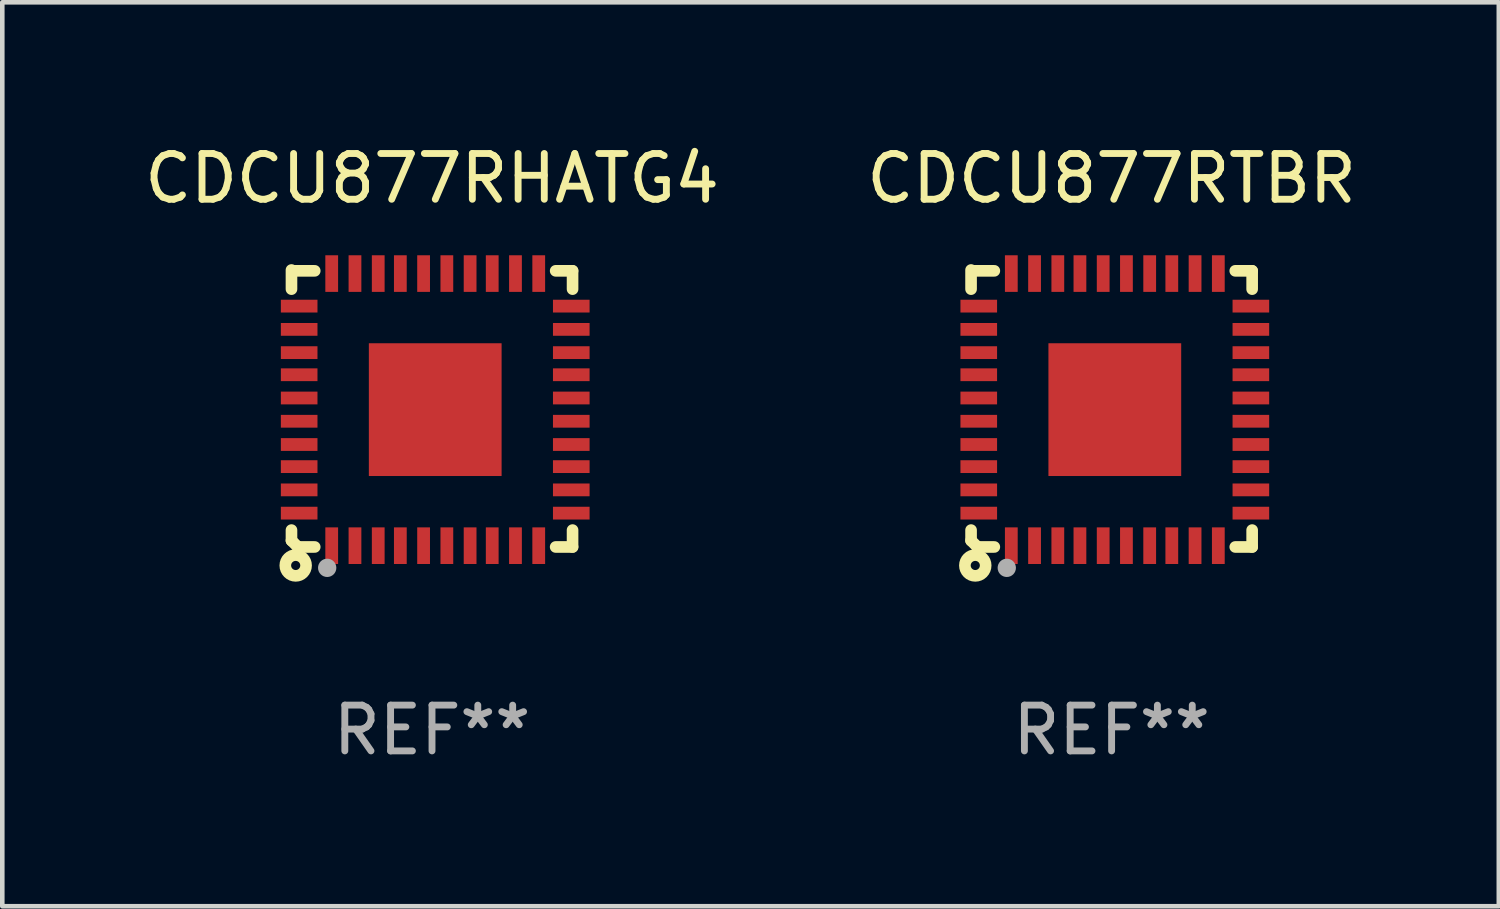
<source format=kicad_pcb>
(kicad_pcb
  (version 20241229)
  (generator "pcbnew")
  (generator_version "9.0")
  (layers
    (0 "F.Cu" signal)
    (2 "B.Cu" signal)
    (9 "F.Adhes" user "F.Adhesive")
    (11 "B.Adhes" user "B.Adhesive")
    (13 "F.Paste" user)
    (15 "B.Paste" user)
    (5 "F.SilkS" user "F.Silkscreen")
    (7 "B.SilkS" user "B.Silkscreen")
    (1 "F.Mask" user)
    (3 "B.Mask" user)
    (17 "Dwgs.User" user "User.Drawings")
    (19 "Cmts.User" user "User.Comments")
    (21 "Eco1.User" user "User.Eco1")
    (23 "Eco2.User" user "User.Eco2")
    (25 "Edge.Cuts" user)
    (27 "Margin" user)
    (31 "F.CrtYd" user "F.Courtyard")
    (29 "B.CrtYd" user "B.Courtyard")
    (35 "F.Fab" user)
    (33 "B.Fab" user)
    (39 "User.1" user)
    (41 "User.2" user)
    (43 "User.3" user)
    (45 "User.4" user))
  (footprint "CDCU877RTBR"
    (layer "F.Cu")
    (at 21.232 5.873)
    (property "Reference" "CDCU877RTBR" (at 0 -5.025 0) (layer "F.SilkS") (effects (font (size 1 1) (thickness 0.15))))
    (attr through_hole)
    (fp_line (start -3.07 -3.025) (end -3.07 -2.607) (stroke (width 0.254) (type solid)) (layer "F.SilkS"))
    (fp_line (start -3.07 2.656) (end -3.07 2.885) (stroke (width 0.254) (type solid)) (layer "F.SilkS"))
    (fp_line (start -3.07 2.885) (end -2.93 3.025) (stroke (width 0.254) (type solid)) (layer "F.SilkS"))
    (fp_line (start -3.005 -3.007) (end -2.562 -3.007) (stroke (width 0.254) (type solid)) (layer "F.SilkS"))
    (fp_line (start -2.93 3.025) (end -2.562 3.025) (stroke (width 0.254) (type solid)) (layer "F.SilkS"))
    (fp_line (start 2.701 -3.007) (end 3.07 -3.007) (stroke (width 0.254) (type solid)) (layer "F.SilkS"))
    (fp_line (start 2.701 3.025) (end 3.07 3.025) (stroke (width 0.254) (type solid)) (layer "F.SilkS"))
    (fp_line (start 3.07 -2.607) (end 3.07 -3.007) (stroke (width 0.254) (type solid)) (layer "F.SilkS"))
    (fp_line (start 3.07 3.025) (end 3.07 2.656) (stroke (width 0.254) (type solid)) (layer "F.SilkS"))
    (fp_circle (center -2.978 3.429) (end -2.878 3.429) (stroke (width 0.254) (type solid)) (fill no) (layer "F.SilkS"))
    (fp_circle (center -2.93 3.025) (end -2.9 3.025) (stroke (width 0.06) (type solid)) (fill no) (layer "F.SilkS"))
    (fp_circle (center -2.29 3.481) (end -2.19 3.481) (stroke (width 0.2) (type solid)) (fill no) (layer "F.Fab"))
    (fp_text user "REF**" (at 0 7.025 0) (layer "F.Fab") (effects (font (size 1 1) (thickness 0.15))))
    (pad "1" smd rect (at -2.191 2.997 90) (size 0.8 0.279) (layers "F.Cu" "F.Mask" "F.Paste"))
    (pad "2" smd rect (at -1.683 2.997 90) (size 0.8 0.279) (layers "F.Cu" "F.Mask" "F.Paste"))
    (pad "3" smd rect (at -1.175 2.997 90) (size 0.8 0.279) (layers "F.Cu" "F.Mask" "F.Paste"))
    (pad "4" smd rect (at -0.692 2.997 90) (size 0.8 0.279) (layers "F.Cu" "F.Mask" "F.Paste"))
    (pad "5" smd rect (at -0.184 2.997 90) (size 0.8 0.279) (layers "F.Cu" "F.Mask" "F.Paste"))
    (pad "6" smd rect (at 0.324 2.997 90) (size 0.8 0.279) (layers "F.Cu" "F.Mask" "F.Paste"))
    (pad "7" smd rect (at 0.832 2.997 90) (size 0.8 0.279) (layers "F.Cu" "F.Mask" "F.Paste"))
    (pad "8" smd rect (at 1.315 2.997 90) (size 0.8 0.279) (layers "F.Cu" "F.Mask" "F.Paste"))
    (pad "9" smd rect (at 1.823 2.997 90) (size 0.8 0.279) (layers "F.Cu" "F.Mask" "F.Paste"))
    (pad "10" smd rect (at 2.331 2.997 90) (size 0.8 0.279) (layers "F.Cu" "F.Mask" "F.Paste"))
    (pad "11" smd rect (at 3.042 2.286 180) (size 0.8 0.279) (layers "F.Cu" "F.Mask" "F.Paste"))
    (pad "12" smd rect (at 3.042 1.778 180) (size 0.8 0.279) (layers "F.Cu" "F.Mask" "F.Paste"))
    (pad "13" smd rect (at 3.042 1.27 180) (size 0.8 0.279) (layers "F.Cu" "F.Mask" "F.Paste"))
    (pad "14" smd rect (at 3.042 0.787 180) (size 0.8 0.279) (layers "F.Cu" "F.Mask" "F.Paste"))
    (pad "15" smd rect (at 3.042 0.279 180) (size 0.8 0.279) (layers "F.Cu" "F.Mask" "F.Paste"))
    (pad "16" smd rect (at 3.042 -0.229 180) (size 0.8 0.279) (layers "F.Cu" "F.Mask" "F.Paste"))
    (pad "17" smd rect (at 3.042 -0.737 180) (size 0.8 0.279) (layers "F.Cu" "F.Mask" "F.Paste"))
    (pad "18" smd rect (at 3.042 -1.22 180) (size 0.8 0.279) (layers "F.Cu" "F.Mask" "F.Paste"))
    (pad "19" smd rect (at 3.042 -1.728 180) (size 0.8 0.279) (layers "F.Cu" "F.Mask" "F.Paste"))
    (pad "20" smd rect (at 3.042 -2.236 180) (size 0.8 0.279) (layers "F.Cu" "F.Mask" "F.Paste"))
    (pad "21" smd rect (at 2.331 -2.947 270) (size 0.8 0.279) (layers "F.Cu" "F.Mask" "F.Paste"))
    (pad "22" smd rect (at 1.823 -2.947 270) (size 0.8 0.279) (layers "F.Cu" "F.Mask" "F.Paste"))
    (pad "23" smd rect (at 1.315 -2.947 270) (size 0.8 0.279) (layers "F.Cu" "F.Mask" "F.Paste"))
    (pad "24" smd rect (at 0.832 -2.947 270) (size 0.8 0.279) (layers "F.Cu" "F.Mask" "F.Paste"))
    (pad "25" smd rect (at 0.324 -2.947 270) (size 0.8 0.279) (layers "F.Cu" "F.Mask" "F.Paste"))
    (pad "26" smd rect (at -0.184 -2.947 270) (size 0.8 0.279) (layers "F.Cu" "F.Mask" "F.Paste"))
    (pad "27" smd rect (at -0.692 -2.947 270) (size 0.8 0.279) (layers "F.Cu" "F.Mask" "F.Paste"))
    (pad "28" smd rect (at -1.175 -2.947 270) (size 0.8 0.279) (layers "F.Cu" "F.Mask" "F.Paste"))
    (pad "29" smd rect (at -1.683 -2.947 270) (size 0.8 0.279) (layers "F.Cu" "F.Mask" "F.Paste"))
    (pad "30" smd rect (at -2.191 -2.947 270) (size 0.8 0.279) (layers "F.Cu" "F.Mask" "F.Paste"))
    (pad "31" smd rect (at -2.902 -2.236) (size 0.8 0.279) (layers "F.Cu" "F.Mask" "F.Paste"))
    (pad "32" smd rect (at -2.902 -1.728) (size 0.8 0.279) (layers "F.Cu" "F.Mask" "F.Paste"))
    (pad "33" smd rect (at -2.902 -1.22) (size 0.8 0.279) (layers "F.Cu" "F.Mask" "F.Paste"))
    (pad "34" smd rect (at -2.902 -0.737) (size 0.8 0.279) (layers "F.Cu" "F.Mask" "F.Paste"))
    (pad "35" smd rect (at -2.902 -0.229) (size 0.8 0.279) (layers "F.Cu" "F.Mask" "F.Paste"))
    (pad "36" smd rect (at -2.902 0.279) (size 0.8 0.279) (layers "F.Cu" "F.Mask" "F.Paste"))
    (pad "37" smd rect (at -2.902 0.787) (size 0.8 0.279) (layers "F.Cu" "F.Mask" "F.Paste"))
    (pad "38" smd rect (at -2.902 1.27) (size 0.8 0.279) (layers "F.Cu" "F.Mask" "F.Paste"))
    (pad "39" smd rect (at -2.902 1.778) (size 0.8 0.279) (layers "F.Cu" "F.Mask" "F.Paste"))
    (pad "40" smd rect (at -2.902 2.286) (size 0.8 0.279) (layers "F.Cu" "F.Mask" "F.Paste"))
    (pad "41" smd rect (at 0.07 0.025 90) (size 2.9 2.9) (layers "F.Cu" "F.Mask" "F.Paste")))
  (footprint "CDCU877RHATG4"
    (layer "F.Cu")
    (at 6.387 5.873)
    (property "Reference" "CDCU877RHATG4" (at 0 -5.025 0) (layer "F.SilkS") (effects (font (size 1 1) (thickness 0.15))))
    (attr through_hole)
    (fp_line (start -3.07 -3.025) (end -3.07 -2.607) (stroke (width 0.254) (type solid)) (layer "F.SilkS"))
    (fp_line (start -3.07 2.656) (end -3.07 2.885) (stroke (width 0.254) (type solid)) (layer "F.SilkS"))
    (fp_line (start -3.07 2.885) (end -2.93 3.025) (stroke (width 0.254) (type solid)) (layer "F.SilkS"))
    (fp_line (start -3.005 -3.007) (end -2.562 -3.007) (stroke (width 0.254) (type solid)) (layer "F.SilkS"))
    (fp_line (start -2.93 3.025) (end -2.562 3.025) (stroke (width 0.254) (type solid)) (layer "F.SilkS"))
    (fp_line (start 2.701 -3.007) (end 3.07 -3.007) (stroke (width 0.254) (type solid)) (layer "F.SilkS"))
    (fp_line (start 2.701 3.025) (end 3.07 3.025) (stroke (width 0.254) (type solid)) (layer "F.SilkS"))
    (fp_line (start 3.07 -2.607) (end 3.07 -3.007) (stroke (width 0.254) (type solid)) (layer "F.SilkS"))
    (fp_line (start 3.07 3.025) (end 3.07 2.656) (stroke (width 0.254) (type solid)) (layer "F.SilkS"))
    (fp_circle (center -2.978 3.429) (end -2.878 3.429) (stroke (width 0.254) (type solid)) (fill no) (layer "F.SilkS"))
    (fp_circle (center -2.93 3.025) (end -2.9 3.025) (stroke (width 0.06) (type solid)) (fill no) (layer "F.SilkS"))
    (fp_circle (center -2.29 3.481) (end -2.19 3.481) (stroke (width 0.2) (type solid)) (fill no) (layer "F.Fab"))
    (fp_text user "REF**" (at 0 7.025 0) (layer "F.Fab") (effects (font (size 1 1) (thickness 0.15))))
    (pad "1" smd rect (at -2.191 2.997 90) (size 0.8 0.279) (layers "F.Cu" "F.Mask" "F.Paste"))
    (pad "2" smd rect (at -1.683 2.997 90) (size 0.8 0.279) (layers "F.Cu" "F.Mask" "F.Paste"))
    (pad "3" smd rect (at -1.175 2.997 90) (size 0.8 0.279) (layers "F.Cu" "F.Mask" "F.Paste"))
    (pad "4" smd rect (at -0.692 2.997 90) (size 0.8 0.279) (layers "F.Cu" "F.Mask" "F.Paste"))
    (pad "5" smd rect (at -0.184 2.997 90) (size 0.8 0.279) (layers "F.Cu" "F.Mask" "F.Paste"))
    (pad "6" smd rect (at 0.324 2.997 90) (size 0.8 0.279) (layers "F.Cu" "F.Mask" "F.Paste"))
    (pad "7" smd rect (at 0.832 2.997 90) (size 0.8 0.279) (layers "F.Cu" "F.Mask" "F.Paste"))
    (pad "8" smd rect (at 1.315 2.997 90) (size 0.8 0.279) (layers "F.Cu" "F.Mask" "F.Paste"))
    (pad "9" smd rect (at 1.823 2.997 90) (size 0.8 0.279) (layers "F.Cu" "F.Mask" "F.Paste"))
    (pad "10" smd rect (at 2.331 2.997 90) (size 0.8 0.279) (layers "F.Cu" "F.Mask" "F.Paste"))
    (pad "11" smd rect (at 3.042 2.286 180) (size 0.8 0.279) (layers "F.Cu" "F.Mask" "F.Paste"))
    (pad "12" smd rect (at 3.042 1.778 180) (size 0.8 0.279) (layers "F.Cu" "F.Mask" "F.Paste"))
    (pad "13" smd rect (at 3.042 1.27 180) (size 0.8 0.279) (layers "F.Cu" "F.Mask" "F.Paste"))
    (pad "14" smd rect (at 3.042 0.787 180) (size 0.8 0.279) (layers "F.Cu" "F.Mask" "F.Paste"))
    (pad "15" smd rect (at 3.042 0.279 180) (size 0.8 0.279) (layers "F.Cu" "F.Mask" "F.Paste"))
    (pad "16" smd rect (at 3.042 -0.229 180) (size 0.8 0.279) (layers "F.Cu" "F.Mask" "F.Paste"))
    (pad "17" smd rect (at 3.042 -0.737 180) (size 0.8 0.279) (layers "F.Cu" "F.Mask" "F.Paste"))
    (pad "18" smd rect (at 3.042 -1.22 180) (size 0.8 0.279) (layers "F.Cu" "F.Mask" "F.Paste"))
    (pad "19" smd rect (at 3.042 -1.728 180) (size 0.8 0.279) (layers "F.Cu" "F.Mask" "F.Paste"))
    (pad "20" smd rect (at 3.042 -2.236 180) (size 0.8 0.279) (layers "F.Cu" "F.Mask" "F.Paste"))
    (pad "21" smd rect (at 2.331 -2.947 270) (size 0.8 0.279) (layers "F.Cu" "F.Mask" "F.Paste"))
    (pad "22" smd rect (at 1.823 -2.947 270) (size 0.8 0.279) (layers "F.Cu" "F.Mask" "F.Paste"))
    (pad "23" smd rect (at 1.315 -2.947 270) (size 0.8 0.279) (layers "F.Cu" "F.Mask" "F.Paste"))
    (pad "24" smd rect (at 0.832 -2.947 270) (size 0.8 0.279) (layers "F.Cu" "F.Mask" "F.Paste"))
    (pad "25" smd rect (at 0.324 -2.947 270) (size 0.8 0.279) (layers "F.Cu" "F.Mask" "F.Paste"))
    (pad "26" smd rect (at -0.184 -2.947 270) (size 0.8 0.279) (layers "F.Cu" "F.Mask" "F.Paste"))
    (pad "27" smd rect (at -0.692 -2.947 270) (size 0.8 0.279) (layers "F.Cu" "F.Mask" "F.Paste"))
    (pad "28" smd rect (at -1.175 -2.947 270) (size 0.8 0.279) (layers "F.Cu" "F.Mask" "F.Paste"))
    (pad "29" smd rect (at -1.683 -2.947 270) (size 0.8 0.279) (layers "F.Cu" "F.Mask" "F.Paste"))
    (pad "30" smd rect (at -2.191 -2.947 270) (size 0.8 0.279) (layers "F.Cu" "F.Mask" "F.Paste"))
    (pad "31" smd rect (at -2.902 -2.236) (size 0.8 0.279) (layers "F.Cu" "F.Mask" "F.Paste"))
    (pad "32" smd rect (at -2.902 -1.728) (size 0.8 0.279) (layers "F.Cu" "F.Mask" "F.Paste"))
    (pad "33" smd rect (at -2.902 -1.22) (size 0.8 0.279) (layers "F.Cu" "F.Mask" "F.Paste"))
    (pad "34" smd rect (at -2.902 -0.737) (size 0.8 0.279) (layers "F.Cu" "F.Mask" "F.Paste"))
    (pad "35" smd rect (at -2.902 -0.229) (size 0.8 0.279) (layers "F.Cu" "F.Mask" "F.Paste"))
    (pad "36" smd rect (at -2.902 0.279) (size 0.8 0.279) (layers "F.Cu" "F.Mask" "F.Paste"))
    (pad "37" smd rect (at -2.902 0.787) (size 0.8 0.279) (layers "F.Cu" "F.Mask" "F.Paste"))
    (pad "38" smd rect (at -2.902 1.27) (size 0.8 0.279) (layers "F.Cu" "F.Mask" "F.Paste"))
    (pad "39" smd rect (at -2.902 1.778) (size 0.8 0.279) (layers "F.Cu" "F.Mask" "F.Paste"))
    (pad "40" smd rect (at -2.902 2.286) (size 0.8 0.279) (layers "F.Cu" "F.Mask" "F.Paste"))
    (pad "41" smd rect (at 0.07 0.025 90) (size 2.9 2.9) (layers "F.Cu" "F.Mask" "F.Paste")))
  (gr_rect
    (start -3 -3)
    (end 29.69 16.746)
    (stroke (width 0.1) (type default))
    (fill no)
    (layer "Edge.Cuts")))
</source>
